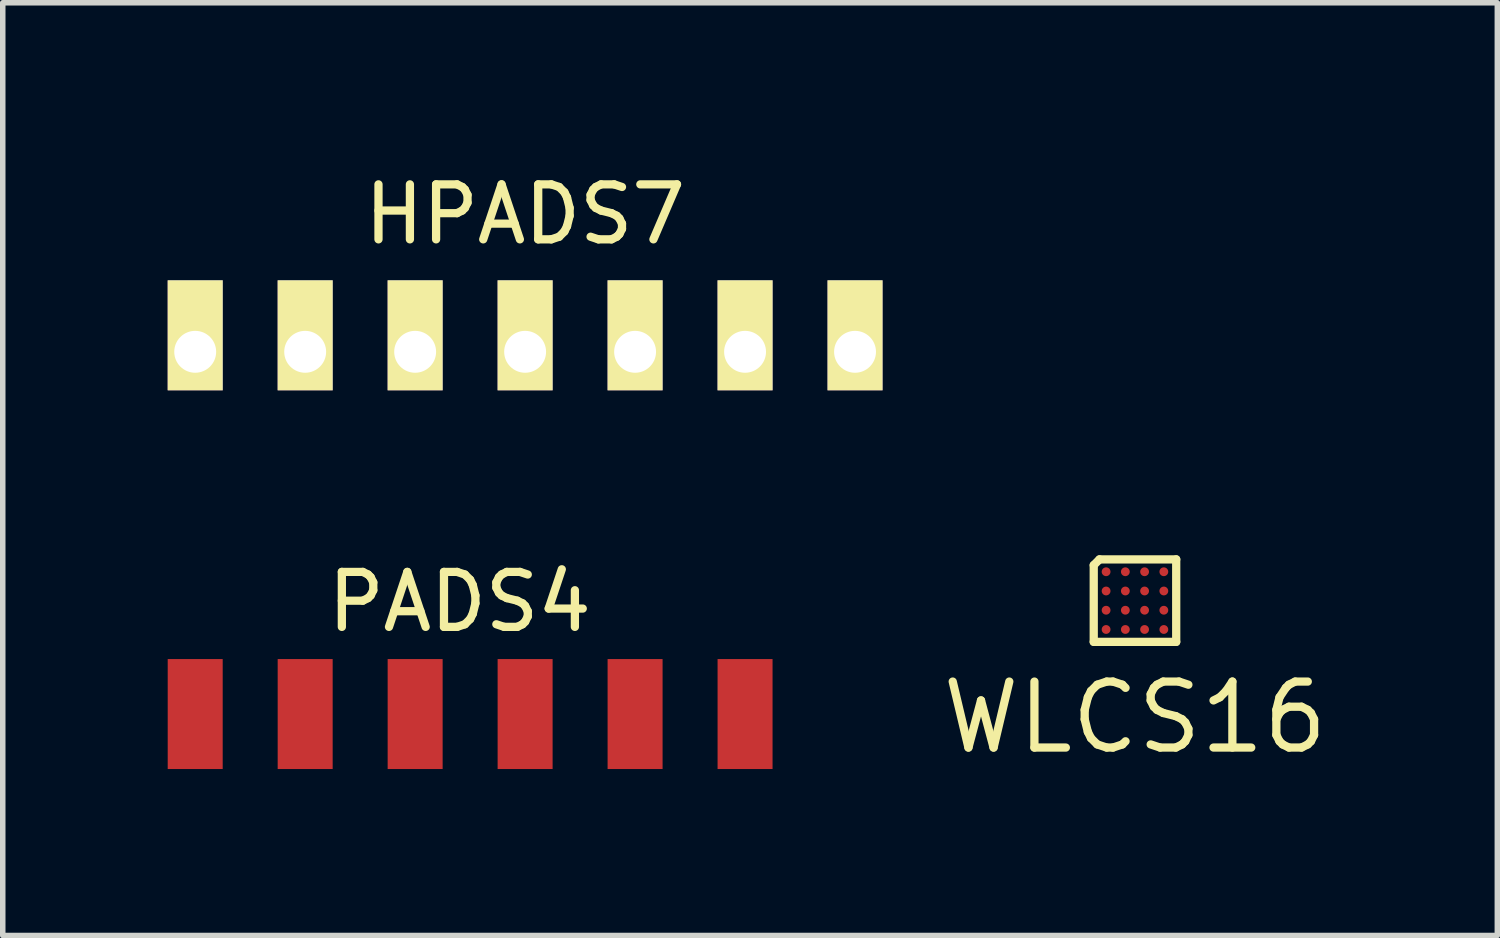
<source format=kicad_pcb>
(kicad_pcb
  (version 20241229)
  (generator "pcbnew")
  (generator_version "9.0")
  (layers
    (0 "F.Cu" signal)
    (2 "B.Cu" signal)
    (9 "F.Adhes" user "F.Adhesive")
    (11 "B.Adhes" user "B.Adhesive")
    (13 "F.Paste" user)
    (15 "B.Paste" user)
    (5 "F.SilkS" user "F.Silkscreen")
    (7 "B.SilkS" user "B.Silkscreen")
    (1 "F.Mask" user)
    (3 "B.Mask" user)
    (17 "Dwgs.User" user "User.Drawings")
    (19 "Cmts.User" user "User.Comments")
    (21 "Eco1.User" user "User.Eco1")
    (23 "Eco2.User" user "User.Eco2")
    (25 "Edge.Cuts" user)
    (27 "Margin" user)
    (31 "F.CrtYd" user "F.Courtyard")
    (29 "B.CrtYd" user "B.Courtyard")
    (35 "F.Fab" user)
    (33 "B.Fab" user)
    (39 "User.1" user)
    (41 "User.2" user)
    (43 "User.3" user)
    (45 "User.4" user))
  (footprint "PADS4"
    (layer "F.Cu")
    (at 5.31 7.396)
    (property "Reference" "PADS4" (at 0 0.5 0) (layer "F.SilkS") (effects (font (size 1 1) (thickness 0.15))))
    (attr through_hole)
    (pad "1" connect rect (at -4.81 2.54) (size 1 2) (layers "F.Cu" "F.Mask"))
    (pad "2" connect rect (at -2.81 2.54) (size 1 2) (layers "F.Cu" "F.Mask"))
    (pad "3" connect rect (at -0.81 2.54) (size 1 2) (layers "F.Cu" "F.Mask"))
    (pad "4" connect rect (at 1.19 2.54) (size 1 2) (layers "F.Cu" "F.Mask"))
    (pad "5" connect rect (at 3.19 2.54) (size 1 2) (layers "F.Cu" "F.Mask"))
    (pad "6" connect rect (at 5.19 2.54) (size 1 2) (layers "F.Cu" "F.Mask")))
  (footprint "WLCS16"
    (layer "F.Cu")
    (at 17.591 7.873)
    (property "Reference" "WLCS16" (at 0 2.125 0) (layer "F.SilkS") (effects (font (size 1.2 1.2) (thickness 0.15))))
    (attr through_hole)
    (fp_line (start -0.75 -0.645) (end -0.75 0.75) (stroke (width 0.15) (type solid)) (layer "F.SilkS"))
    (fp_line (start -0.75 0.75) (end 0.75 0.75) (stroke (width 0.15) (type solid)) (layer "F.SilkS"))
    (fp_line (start -0.645 -0.75) (end -0.75 -0.645) (stroke (width 0.15) (type solid)) (layer "F.SilkS"))
    (fp_line (start 0.75 -0.75) (end -0.645 -0.75) (stroke (width 0.15) (type solid)) (layer "F.SilkS"))
    (fp_line (start 0.75 0.75) (end 0.75 -0.75) (stroke (width 0.15) (type solid)) (layer "F.SilkS"))
    (pad "A1" smd circle (at -0.525 -0.525) (size 0.16 0.16) (layers "F.Cu" "F.Mask" "F.Paste"))
    (pad "A2" smd circle (at -0.175 -0.525) (size 0.16 0.16) (layers "F.Cu" "F.Mask" "F.Paste"))
    (pad "A3" smd circle (at 0.175 -0.525) (size 0.16 0.16) (layers "F.Cu" "F.Mask" "F.Paste"))
    (pad "A4" smd circle (at 0.525 -0.525) (size 0.16 0.16) (layers "F.Cu" "F.Mask" "F.Paste"))
    (pad "B1" smd circle (at -0.525 -0.175) (size 0.16 0.16) (layers "F.Cu" "F.Mask" "F.Paste"))
    (pad "B2" smd circle (at -0.175 -0.175) (size 0.16 0.16) (layers "F.Cu" "F.Mask" "F.Paste"))
    (pad "B3" smd circle (at 0.175 -0.175) (size 0.16 0.16) (layers "F.Cu" "F.Mask" "F.Paste"))
    (pad "B4" smd circle (at 0.525 -0.175) (size 0.16 0.16) (layers "F.Cu" "F.Mask" "F.Paste"))
    (pad "C1" smd circle (at -0.525 0.175) (size 0.16 0.16) (layers "F.Cu" "F.Mask" "F.Paste"))
    (pad "C2" smd circle (at -0.175 0.175) (size 0.16 0.16) (layers "F.Cu" "F.Mask" "F.Paste"))
    (pad "C3" smd circle (at 0.175 0.175) (size 0.16 0.16) (layers "F.Cu" "F.Mask" "F.Paste"))
    (pad "C4" smd circle (at 0.525 0.175) (size 0.16 0.16) (layers "F.Cu" "F.Mask" "F.Paste"))
    (pad "D1" smd circle (at -0.525 0.525) (size 0.16 0.16) (layers "F.Cu" "F.Mask" "F.Paste"))
    (pad "D2" smd circle (at -0.175 0.525) (size 0.16 0.16) (layers "F.Cu" "F.Mask" "F.Paste"))
    (pad "D3" smd circle (at 0.175 0.525) (size 0.16 0.16) (layers "F.Cu" "F.Mask" "F.Paste"))
    (pad "D4" smd circle (at 0.525 0.525) (size 0.16 0.16) (layers "F.Cu" "F.Mask" "F.Paste")))
  (footprint "HPADS7"
    (layer "F.Cu")
    (at 6.5 0.348)
    (property "Reference" "HPADS7" (at 0 0.5 0) (layer "F.SilkS") (effects (font (size 1 1) (thickness 0.15))))
    (attr through_hole)
    (pad "1" thru_hole rect (at -6 3) (size 1 2) (drill 0.762 (offset 0 -0.3)) (layers "*.Cu" "*.Mask" "F.SilkS"))
    (pad "2" thru_hole rect (at -4 3) (size 1 2) (drill 0.762 (offset 0 -0.3)) (layers "*.Cu" "*.Mask" "F.SilkS"))
    (pad "3" thru_hole rect (at -2 3) (size 1 2) (drill 0.762 (offset 0 -0.3)) (layers "*.Cu" "*.Mask" "F.SilkS"))
    (pad "4" thru_hole rect (at 0 3) (size 1 2) (drill 0.762 (offset 0 -0.3)) (layers "*.Cu" "*.Mask" "F.SilkS"))
    (pad "5" thru_hole rect (at 2 3) (size 1 2) (drill 0.762 (offset 0 -0.3)) (layers "*.Cu" "*.Mask" "F.SilkS"))
    (pad "6" thru_hole rect (at 4 3) (size 1 2) (drill 0.762 (offset 0 -0.3)) (layers "*.Cu" "*.Mask" "F.SilkS"))
    (pad "7" thru_hole rect (at 6 3) (size 1 2) (drill 0.762 (offset 0 -0.3)) (layers "*.Cu" "*.Mask" "F.SilkS")))
  (gr_rect
    (start -3 -3)
    (end 24.181 13.963)
    (stroke (width 0.1) (type default))
    (fill no)
    (layer "Edge.Cuts")))
</source>
